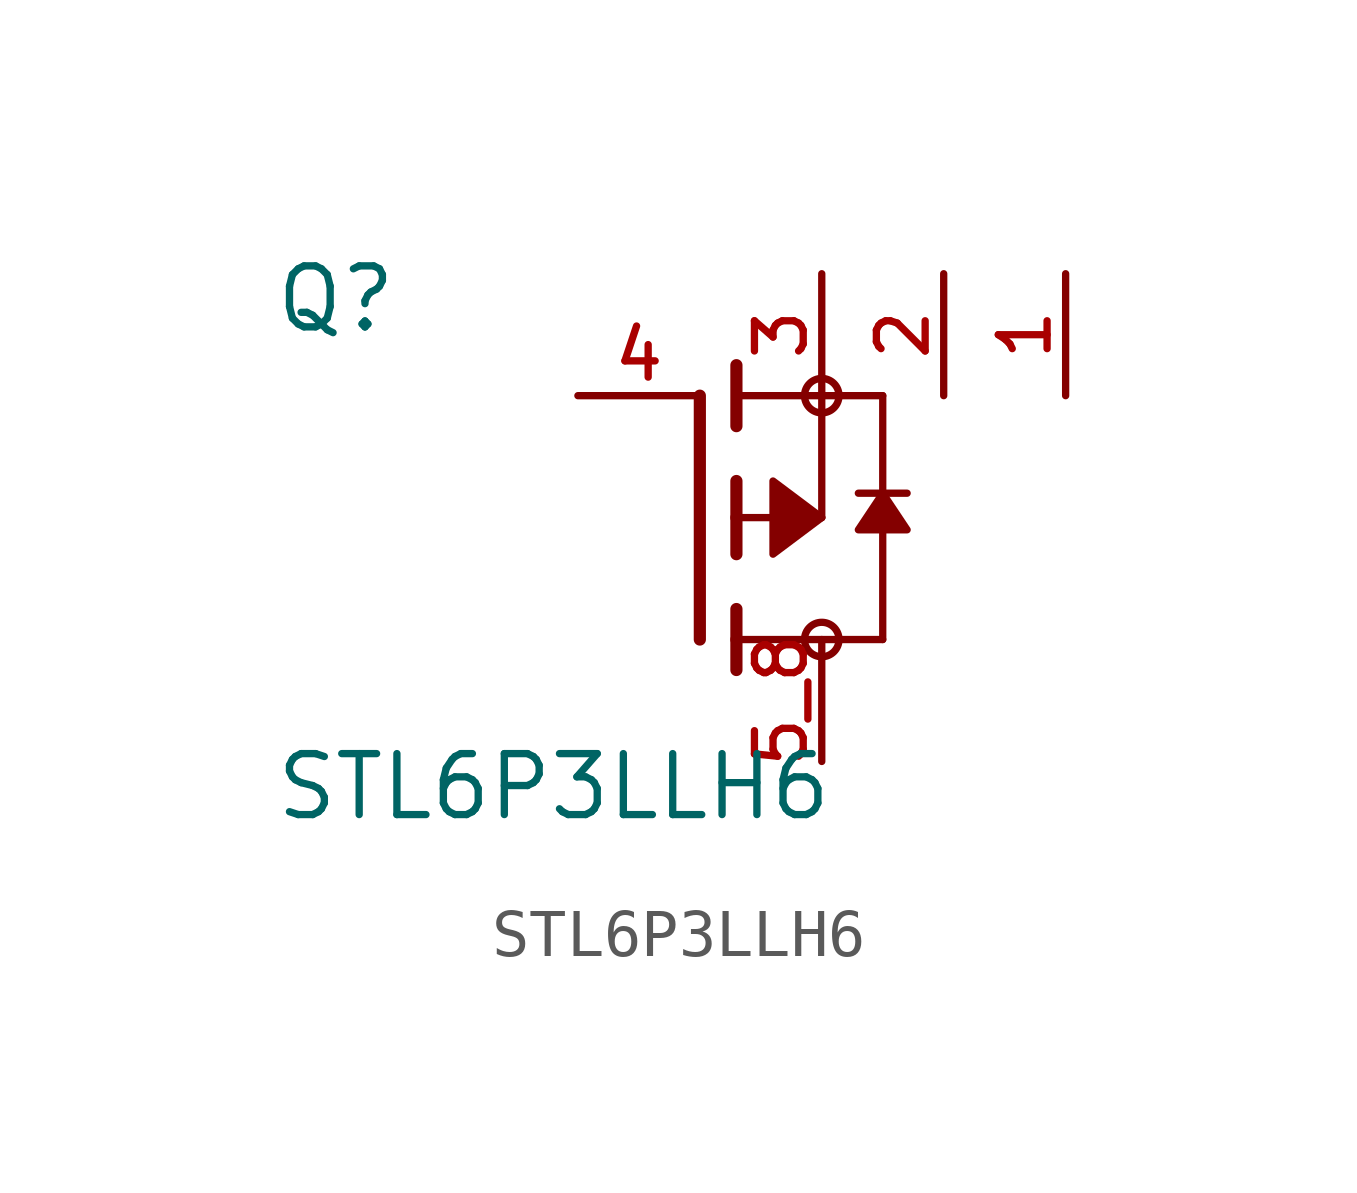
<source format=kicad_sym>
(kicad_symbol_lib
  (version 20241209)
  (generator "kicad_symbol_editor")
  (generator_version "9.0")
  (symbol "STL6P3LLH6"
    (pin_names
      (offset 1.016))
    (property "Reference" "Q"
      (at -8.89 3.81 0)
      (effects (font (size 1.27 1.27)) (justify left bottom)))
    (property "Value" "STL6P3LLH6"
      (at -8.89 -6.35 0)
      (effects (font (size 1.27 1.27)) (justify left bottom)))
    (symbol "STL6P3LLH6_0_0"
      (polyline (pts (xy 0 -2.54) (xy 0 2.54)) (stroke (width 0.254) (type default)) (fill (type none)))
      (polyline (pts (xy 0.762 1.905) (xy 0.762 3.175)) (stroke (width 0.254) (type default)) (fill (type none)))
      (polyline (pts (xy 0.762 0) (xy 0.762 0.762)) (stroke (width 0.254) (type default)) (fill (type none)))
      (polyline (pts (xy 0.762 0) (xy 2.54 0)) (stroke (width 0.152) (type default)) (fill (type none)))
      (polyline (pts (xy 0.762 -0.762) (xy 0.762 0)) (stroke (width 0.254) (type default)) (fill (type none)))
      (polyline (pts (xy 0.762 -2.54) (xy 0.762 -1.905)) (stroke (width 0.254) (type default)) (fill (type none)))
      (polyline (pts (xy 0.762 -2.54) (xy 3.81 -2.54)) (stroke (width 0.152) (type default)) (fill (type none)))
      (polyline (pts (xy 0.762 -3.175) (xy 0.762 -2.54)) (stroke (width 0.254) (type default)) (fill (type none)))
      (circle (center 2.54 2.54) (radius 0.359) (stroke (width 0) (type default)) (fill (type none)))
      (polyline (pts (xy 2.54 0) (xy 2.54 2.54)) (stroke (width 0.152) (type default)) (fill (type none)))
      (polyline (pts (xy 2.54 0) (xy 1.524 0.762) (xy 1.524 -0.762) (xy 2.54 0)) (stroke (width 0.152) (type default)) (fill (type outline)))
      (circle (center 2.54 -2.54) (radius 0.359) (stroke (width 0) (type default)) (fill (type none)))
      (polyline (pts (xy 3.302 0.508) (xy 4.318 0.508)) (stroke (width 0.152) (type default)) (fill (type none)))
      (polyline (pts (xy 3.81 2.54) (xy 0.762 2.54)) (stroke (width 0.152) (type default)) (fill (type none)))
      (polyline (pts (xy 3.81 0.508) (xy 4.318 -0.254) (xy 3.302 -0.254) (xy 3.81 0.508)) (stroke (width 0.152) (type default)) (fill (type outline)))
      (polyline (pts (xy 3.81 -2.54) (xy 3.81 2.54)) (stroke (width 0.152) (type default)) (fill (type none)))
      (pin passive line (at -2.54 2.54 0) (length 2.54) (name "~" (effects (font (size 1.016 1.016)))) (number "4" (effects (font (size 1.016 1.016)))))
      (pin passive line (at 2.54 5.08 270) (length 2.54) (name "~" (effects (font (size 1.016 1.016)))) (number "3" (effects (font (size 1.016 1.016)))))
      (pin passive line (at 2.54 -5.08 90) (length 2.54) (name "~" (effects (font (size 1.016 1.016)))) (number "5_8" (effects (font (size 1.016 1.016)))))
      (pin passive line (at 5.08 5.08 270) (length 2.54) (name "~" (effects (font (size 1.016 1.016)))) (number "2" (effects (font (size 1.016 1.016)))))
      (pin passive line (at 7.62 5.08 270) (length 2.54) (name "~" (effects (font (size 1.016 1.016)))) (number "1" (effects (font (size 1.016 1.016))))))))
</source>
